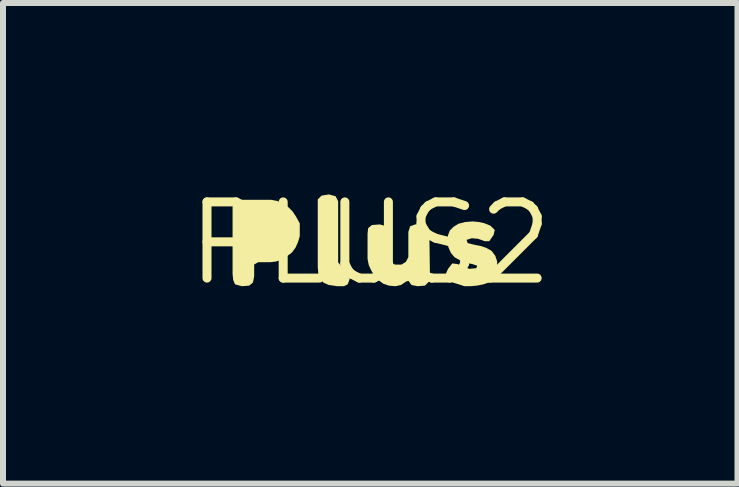
<source format=kicad_pcb>
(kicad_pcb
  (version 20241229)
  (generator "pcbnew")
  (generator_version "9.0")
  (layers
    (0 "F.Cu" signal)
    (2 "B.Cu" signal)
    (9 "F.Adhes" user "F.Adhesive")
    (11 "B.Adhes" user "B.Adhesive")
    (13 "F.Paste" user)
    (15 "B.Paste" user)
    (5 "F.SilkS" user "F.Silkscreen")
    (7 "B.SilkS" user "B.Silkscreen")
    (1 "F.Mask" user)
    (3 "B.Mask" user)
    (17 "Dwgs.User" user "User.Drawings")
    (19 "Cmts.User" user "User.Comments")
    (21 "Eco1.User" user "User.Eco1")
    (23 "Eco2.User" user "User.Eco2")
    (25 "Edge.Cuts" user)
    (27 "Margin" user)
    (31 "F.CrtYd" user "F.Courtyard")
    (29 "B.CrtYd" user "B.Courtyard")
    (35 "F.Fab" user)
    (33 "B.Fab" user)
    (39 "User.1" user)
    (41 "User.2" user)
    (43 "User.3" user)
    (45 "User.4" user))
  (footprint "PLUS2"
    (layer "F.Cu")
    (at 3.122 1.006)
    (property "Reference" "PLUS2" (at 0 0 0) (layer "F.SilkS") (effects (font (size 1.27 1.27) (thickness 0.15))))
    (fp_poly (pts (xy -0.577 -0.784) (xy -0.535 -0.701) (xy -0.535 0.318) (xy -0.487 0.375) (xy -0.387 0.396) (xy -0.345 0.469) (xy -0.345 0.601) (xy -0.376 0.684) (xy -0.439 0.715) (xy -0.55 0.715) (xy -0.691 0.695) (xy -0.783 0.654) (xy -0.834 0.582) (xy -0.865 0.511) (xy -0.875 0.4) (xy -0.875 -0.732) (xy -0.812 -0.795) (xy -0.69 -0.815)) (stroke (width 0) (type solid)) (fill yes) (layer "F.SilkS"))
    (fp_poly (pts (xy -1.548 -0.705) (xy -1.458 -0.664) (xy -1.367 -0.604) (xy -1.296 -0.533) (xy -1.236 -0.443) (xy -1.186 -0.352) (xy -1.175 -0.331) (xy -1.175 -0.119) (xy -1.205 -0.018) (xy -1.246 0.073) (xy -1.306 0.154) (xy -1.387 0.214) (xy -1.473 0.272) (xy -1.473 0.273) (xy -1.478 0.275) (xy -1.482 0.277) (xy -1.483 0.276) (xy -1.579 0.305) (xy -1.67 0.315) (xy -1.869 0.315) (xy -1.935 0.353) (xy -1.935 0.55) (xy -1.955 0.653) (xy -2.018 0.705) (xy -2.14 0.715) (xy -2.254 0.684) (xy -2.285 0.611) (xy -2.295 0.51) (xy -2.295 -0.611) (xy -2.254 -0.694) (xy -2.161 -0.725) (xy -1.65 -0.725)) (stroke (width 0) (type solid)) (fill yes) (layer "F.SilkS"))
    (fp_poly (pts (xy 0.264 -0.284) (xy 0.295 -0.211) (xy 0.295 -0.1) (xy 0.305 0.209) (xy 0.334 0.307) (xy 0.411 0.355) (xy 0.519 0.355) (xy 0.596 0.307) (xy 0.635 0.229) (xy 0.635 -0.191) (xy 0.666 -0.284) (xy 0.749 -0.315) (xy 0.891 -0.315) (xy 0.964 -0.273) (xy 0.985 -0.181) (xy 0.995 0.54) (xy 0.975 0.642) (xy 0.912 0.705) (xy 0.79 0.715) (xy 0.687 0.695) (xy 0.638 0.626) (xy 0.602 0.635) (xy 0.512 0.695) (xy 0.42 0.715) (xy 0.309 0.705) (xy 0.218 0.674) (xy 0.137 0.614) (xy 0.066 0.533) (xy 0.016 0.452) (xy -0.025 0.362) (xy -0.045 0.26) (xy -0.045 -0.16) (xy -0.035 -0.253) (xy 0.028 -0.305) (xy 0.161 -0.315)) (stroke (width 0) (type solid)) (fill yes) (layer "F.SilkS"))
    (fp_poly (pts (xy 1.811 -0.355) (xy 1.901 -0.335) (xy 2.003 -0.294) (xy 2.076 -0.222) (xy 2.055 -0.138) (xy 1.983 -0.035) (xy 1.909 -0.035) (xy 1.799 -0.075) (xy 1.691 -0.085) (xy 1.606 -0.057) (xy 1.624 -0.004) (xy 1.741 0.025) (xy 1.841 0.045) (xy 1.932 0.075) (xy 2.023 0.126) (xy 2.084 0.208) (xy 2.115 0.299) (xy 2.115 0.41) (xy 2.095 0.512) (xy 2.044 0.593) (xy 1.973 0.654) (xy 1.881 0.685) (xy 1.781 0.705) (xy 1.67 0.715) (xy 1.569 0.715) (xy 1.479 0.685) (xy 1.378 0.655) (xy 1.286 0.603) (xy 1.255 0.52) (xy 1.296 0.427) (xy 1.368 0.335) (xy 1.451 0.345) (xy 1.562 0.395) (xy 1.651 0.425) (xy 1.767 0.415) (xy 1.783 0.373) (xy 1.699 0.345) (xy 1.589 0.325) (xy 1.498 0.284) (xy 1.407 0.234) (xy 1.346 0.163) (xy 1.305 0.072) (xy 1.285 -0.03) (xy 1.295 -0.131) (xy 1.326 -0.213) (xy 1.387 -0.274) (xy 1.468 -0.325) (xy 1.579 -0.355) (xy 1.71 -0.365)) (stroke (width 0) (type solid)) (fill yes) (layer "F.SilkS")))
  (gr_rect
    (start -3 -3)
    (end 9.244 5.012)
    (stroke (width 0.1) (type default))
    (fill no)
    (layer "Edge.Cuts")))
</source>
